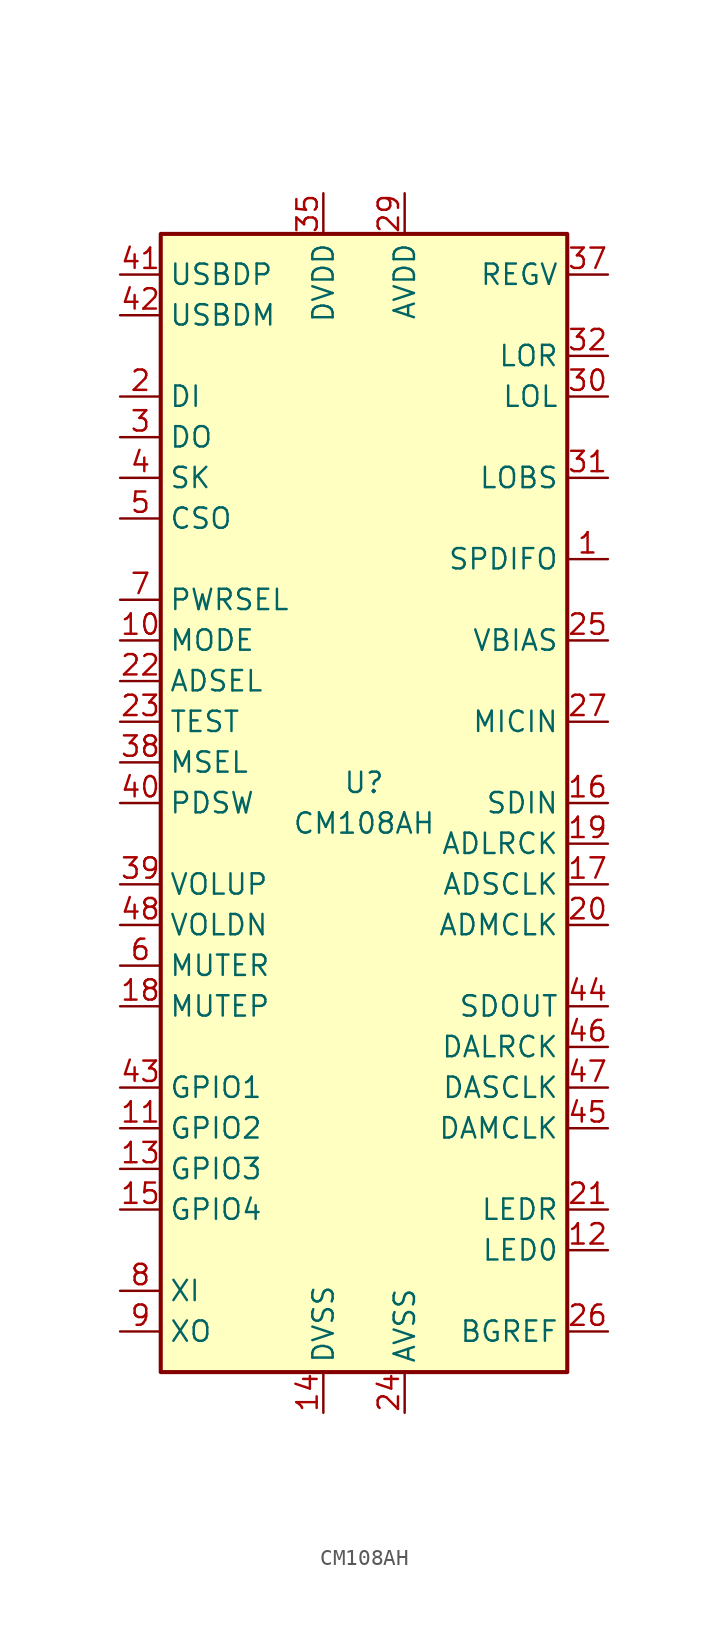
<source format=kicad_sym>
(kicad_symbol_lib
  (version 20220914)
  (generator kicad_symbol_editor)
  (symbol "CM108AH"
    (property "Reference" "U"
      (at 0 1.27 0)
      (effects (font (size 1.27 1.27))))
    (property "Value" "CM108AH"
      (at 0 -1.27 0)
      (effects (font (size 1.27 1.27))))
    (symbol "CM108AH_1_1"
      (rectangle (start -12.7 35.56) (end 12.7 -35.56) (stroke (width 0.254) (type default)) (fill (type background)))
      (pin output line (at 15.24 15.24 180) (length 2.54) (name "SPDIFO" (effects (font (size 1.27 1.27)))) (number "1" (effects (font (size 1.27 1.27)))))
      (pin input line (at -15.24 10.16 0) (length 2.54) (name "MODE" (effects (font (size 1.27 1.27)))) (number "10" (effects (font (size 1.27 1.27)))))
      (pin bidirectional line (at -15.24 -20.32 0) (length 2.54) (name "GPIO2" (effects (font (size 1.27 1.27)))) (number "11" (effects (font (size 1.27 1.27)))))
      (pin output line (at 15.24 -27.94 180) (length 2.54) (name "LED0" (effects (font (size 1.27 1.27)))) (number "12" (effects (font (size 1.27 1.27)))))
      (pin bidirectional line (at -15.24 -22.86 0) (length 2.54) (name "GPIO3" (effects (font (size 1.27 1.27)))) (number "13" (effects (font (size 1.27 1.27)))))
      (pin power_in line (at -2.54 -38.1 90) (length 2.54) (name "DVSS" (effects (font (size 1.27 1.27)))) (number "14" (effects (font (size 1.27 1.27)))))
      (pin bidirectional line (at -15.24 -25.4 0) (length 2.54) (name "GPIO4" (effects (font (size 1.27 1.27)))) (number "15" (effects (font (size 1.27 1.27)))))
      (pin bidirectional line (at 15.24 0 180) (length 2.54) (name "SDIN" (effects (font (size 1.27 1.27)))) (number "16" (effects (font (size 1.27 1.27)))))
      (pin bidirectional line (at 15.24 -5.08 180) (length 2.54) (name "ADSCLK" (effects (font (size 1.27 1.27)))) (number "17" (effects (font (size 1.27 1.27)))))
      (pin input line (at -15.24 -12.7 0) (length 2.54) (name "MUTEP" (effects (font (size 1.27 1.27)))) (number "18" (effects (font (size 1.27 1.27)))))
      (pin output line (at 15.24 -2.54 180) (length 2.54) (name "ADLRCK" (effects (font (size 1.27 1.27)))) (number "19" (effects (font (size 1.27 1.27)))))
      (pin bidirectional line (at -15.24 25.4 0) (length 2.54) (name "DI" (effects (font (size 1.27 1.27)))) (number "2" (effects (font (size 1.27 1.27)))))
      (pin bidirectional line (at 15.24 -7.62 180) (length 2.54) (name "ADMCLK" (effects (font (size 1.27 1.27)))) (number "20" (effects (font (size 1.27 1.27)))))
      (pin output line (at 15.24 -25.4 180) (length 2.54) (name "LEDR" (effects (font (size 1.27 1.27)))) (number "21" (effects (font (size 1.27 1.27)))))
      (pin input line (at -15.24 7.62 0) (length 2.54) (name "ADSEL" (effects (font (size 1.27 1.27)))) (number "22" (effects (font (size 1.27 1.27)))))
      (pin input line (at -15.24 5.08 0) (length 2.54) (name "TEST" (effects (font (size 1.27 1.27)))) (number "23" (effects (font (size 1.27 1.27)))))
      (pin power_in line (at 2.54 -38.1 90) (length 2.54) (name "AVSS" (effects (font (size 1.27 1.27)))) (number "24" (effects (font (size 1.27 1.27)))))
      (pin output line (at 15.24 10.16 180) (length 2.54) (name "VBIAS" (effects (font (size 1.27 1.27)))) (number "25" (effects (font (size 1.27 1.27)))))
      (pin passive line (at 15.24 -33.02 180) (length 2.54) (name "BGREF" (effects (font (size 1.27 1.27)))) (number "26" (effects (font (size 1.27 1.27)))))
      (pin input line (at 15.24 5.08 180) (length 2.54) (name "MICIN" (effects (font (size 1.27 1.27)))) (number "27" (effects (font (size 1.27 1.27)))))
      (pin no_connect line (at 15.24 30.48 180) (length 2.54) hide (name "N.C." (effects (font (size 1.27 1.27)))) (number "28" (effects (font (size 1.27 1.27)))))
      (pin power_in line (at 2.54 38.1 270) (length 2.54) (name "AVDD" (effects (font (size 1.27 1.27)))) (number "29" (effects (font (size 1.27 1.27)))))
      (pin output line (at -15.24 22.86 0) (length 2.54) (name "DO" (effects (font (size 1.27 1.27)))) (number "3" (effects (font (size 1.27 1.27)))))
      (pin output line (at 15.24 25.4 180) (length 2.54) (name "LOL" (effects (font (size 1.27 1.27)))) (number "30" (effects (font (size 1.27 1.27)))))
      (pin output line (at 15.24 20.32 180) (length 2.54) (name "LOBS" (effects (font (size 1.27 1.27)))) (number "31" (effects (font (size 1.27 1.27)))))
      (pin output line (at 15.24 27.94 180) (length 2.54) (name "LOR" (effects (font (size 1.27 1.27)))) (number "32" (effects (font (size 1.27 1.27)))))
      (pin passive line (at 2.54 -38.1 90) (length 2.54) hide (name "AVSS" (effects (font (size 1.27 1.27)))) (number "33" (effects (font (size 1.27 1.27)))))
      (pin passive line (at 2.54 38.1 270) (length 2.54) hide (name "AVDD" (effects (font (size 1.27 1.27)))) (number "34" (effects (font (size 1.27 1.27)))))
      (pin power_in line (at -2.54 38.1 270) (length 2.54) (name "DVDD" (effects (font (size 1.27 1.27)))) (number "35" (effects (font (size 1.27 1.27)))))
      (pin passive line (at -2.54 -38.1 90) (length 2.54) hide (name "DVSS" (effects (font (size 1.27 1.27)))) (number "36" (effects (font (size 1.27 1.27)))))
      (pin power_out line (at 15.24 33.02 180) (length 2.54) (name "REGV" (effects (font (size 1.27 1.27)))) (number "37" (effects (font (size 1.27 1.27)))))
      (pin input line (at -15.24 2.54 0) (length 2.54) (name "MSEL" (effects (font (size 1.27 1.27)))) (number "38" (effects (font (size 1.27 1.27)))))
      (pin input line (at -15.24 -5.08 0) (length 2.54) (name "VOLUP" (effects (font (size 1.27 1.27)))) (number "39" (effects (font (size 1.27 1.27)))))
      (pin output line (at -15.24 20.32 0) (length 2.54) (name "SK" (effects (font (size 1.27 1.27)))) (number "4" (effects (font (size 1.27 1.27)))))
      (pin output line (at -15.24 0 0) (length 2.54) (name "PDSW" (effects (font (size 1.27 1.27)))) (number "40" (effects (font (size 1.27 1.27)))))
      (pin bidirectional line (at -15.24 33.02 0) (length 2.54) (name "USBDP" (effects (font (size 1.27 1.27)))) (number "41" (effects (font (size 1.27 1.27)))))
      (pin bidirectional line (at -15.24 30.48 0) (length 2.54) (name "USBDM" (effects (font (size 1.27 1.27)))) (number "42" (effects (font (size 1.27 1.27)))))
      (pin bidirectional line (at -15.24 -17.78 0) (length 2.54) (name "GPIO1" (effects (font (size 1.27 1.27)))) (number "43" (effects (font (size 1.27 1.27)))))
      (pin output line (at 15.24 -12.7 180) (length 2.54) (name "SDOUT" (effects (font (size 1.27 1.27)))) (number "44" (effects (font (size 1.27 1.27)))))
      (pin output line (at 15.24 -20.32 180) (length 2.54) (name "DAMCLK" (effects (font (size 1.27 1.27)))) (number "45" (effects (font (size 1.27 1.27)))))
      (pin output line (at 15.24 -15.24 180) (length 2.54) (name "DALRCK" (effects (font (size 1.27 1.27)))) (number "46" (effects (font (size 1.27 1.27)))))
      (pin output line (at 15.24 -17.78 180) (length 2.54) (name "DASCLK" (effects (font (size 1.27 1.27)))) (number "47" (effects (font (size 1.27 1.27)))))
      (pin input line (at -15.24 -7.62 0) (length 2.54) (name "VOLDN" (effects (font (size 1.27 1.27)))) (number "48" (effects (font (size 1.27 1.27)))))
      (pin output line (at -15.24 17.78 0) (length 2.54) (name "CSO" (effects (font (size 1.27 1.27)))) (number "5" (effects (font (size 1.27 1.27)))))
      (pin input line (at -15.24 -10.16 0) (length 2.54) (name "MUTER" (effects (font (size 1.27 1.27)))) (number "6" (effects (font (size 1.27 1.27)))))
      (pin input line (at -15.24 12.7 0) (length 2.54) (name "PWRSEL" (effects (font (size 1.27 1.27)))) (number "7" (effects (font (size 1.27 1.27)))))
      (pin input line (at -15.24 -30.48 0) (length 2.54) (name "XI" (effects (font (size 1.27 1.27)))) (number "8" (effects (font (size 1.27 1.27)))))
      (pin output line (at -15.24 -33.02 0) (length 2.54) (name "XO" (effects (font (size 1.27 1.27)))) (number "9" (effects (font (size 1.27 1.27))))))))
</source>
